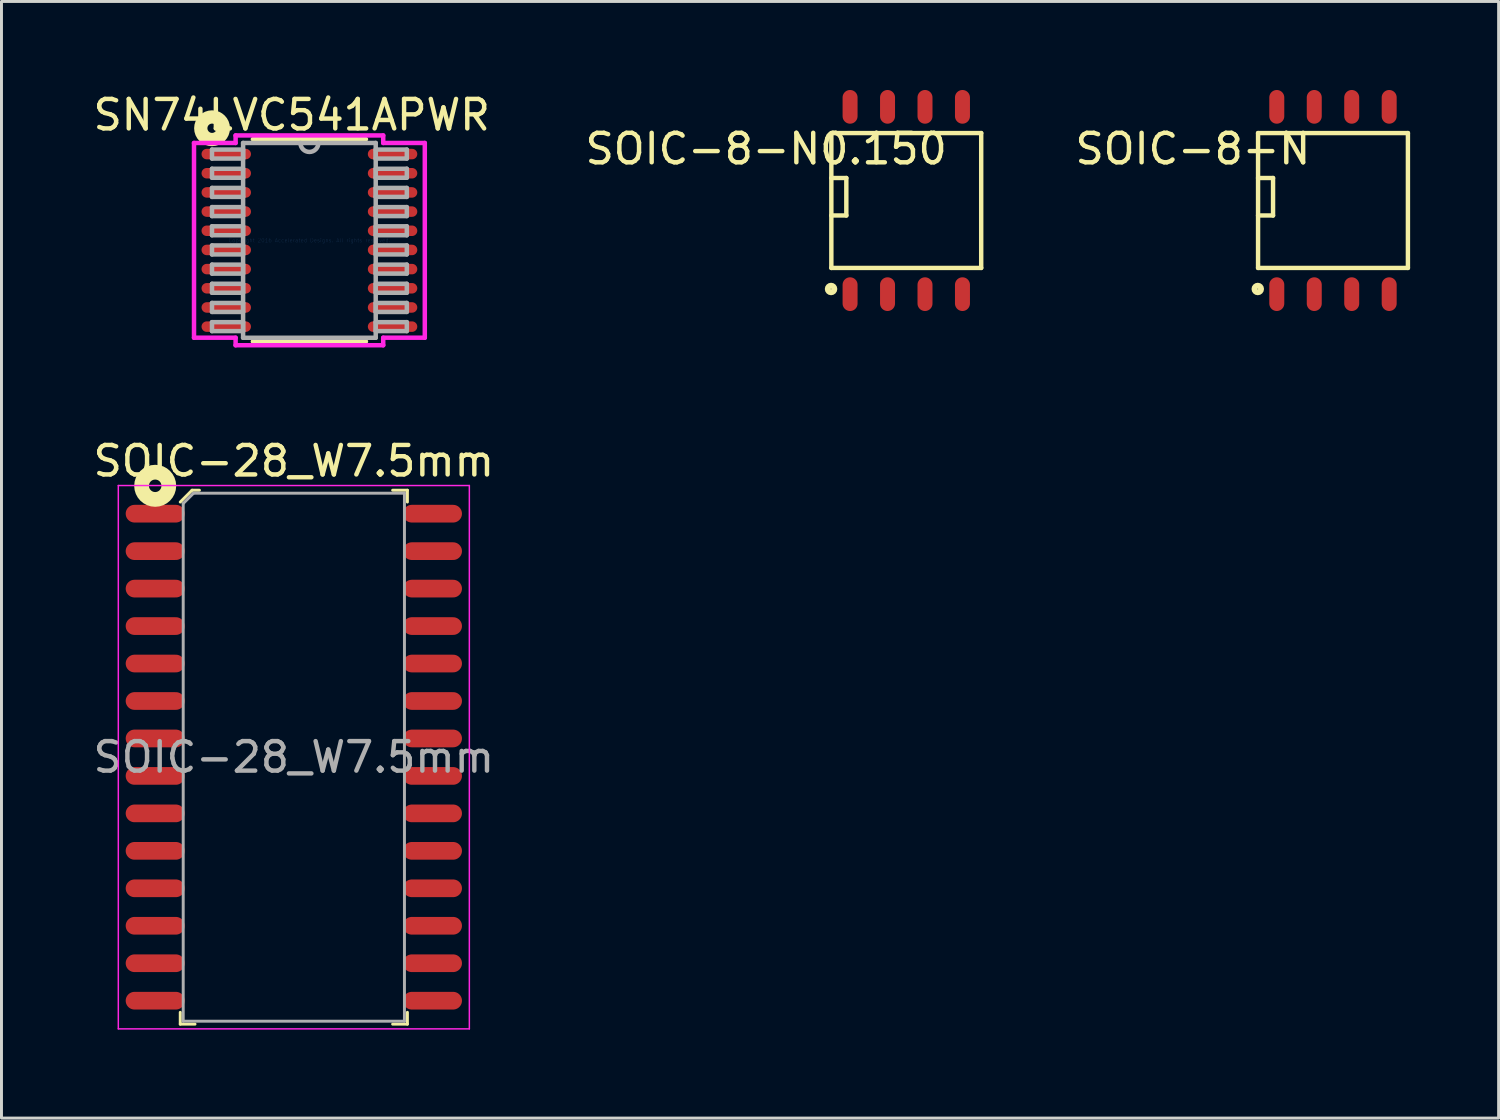
<source format=kicad_pcb>
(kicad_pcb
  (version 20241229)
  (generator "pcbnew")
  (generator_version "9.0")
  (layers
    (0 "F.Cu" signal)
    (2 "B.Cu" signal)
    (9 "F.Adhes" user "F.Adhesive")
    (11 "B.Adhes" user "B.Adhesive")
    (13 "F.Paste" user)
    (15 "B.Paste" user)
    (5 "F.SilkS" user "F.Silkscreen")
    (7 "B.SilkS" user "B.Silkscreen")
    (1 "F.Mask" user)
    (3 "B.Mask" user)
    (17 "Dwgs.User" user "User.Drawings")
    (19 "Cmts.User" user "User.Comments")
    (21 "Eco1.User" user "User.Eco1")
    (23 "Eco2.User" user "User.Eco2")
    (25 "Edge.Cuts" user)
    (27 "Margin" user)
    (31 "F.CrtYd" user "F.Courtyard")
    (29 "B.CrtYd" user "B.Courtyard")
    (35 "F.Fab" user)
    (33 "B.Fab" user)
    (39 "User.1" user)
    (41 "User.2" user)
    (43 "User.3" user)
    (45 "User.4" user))
  (footprint "SOIC-28_W7.5mm"
    (layer "F.Cu")
    (at 6.911 22.619)
    (property "Reference" "SOIC-28_W7.5mm" (at 0 -10.04 0) (layer "F.SilkS") (effects (font (size 1 1) (thickness 0.15))))
    (attr smd)
    (fp_line (start -3.85 -8.65) (end -3.45 -9.05) (stroke (width 0.1) (type solid)) (layer "F.SilkS"))
    (fp_line (start -3.85 9.05) (end -3.85 8.65) (stroke (width 0.1) (type solid)) (layer "F.SilkS"))
    (fp_line (start -3.85 9.05) (end -3.35 9.05) (stroke (width 0.1) (type solid)) (layer "F.SilkS"))
    (fp_line (start -3.45 -9.05) (end -3.2 -9.05) (stroke (width 0.1) (type solid)) (layer "F.SilkS"))
    (fp_line (start 3.85 -9.05) (end 3.35 -9.05) (stroke (width 0.1) (type solid)) (layer "F.SilkS"))
    (fp_line (start 3.85 -9.05) (end 3.85 -8.65) (stroke (width 0.1) (type solid)) (layer "F.SilkS"))
    (fp_line (start 3.85 9.05) (end 3.35 9.05) (stroke (width 0.1) (type solid)) (layer "F.SilkS"))
    (fp_line (start 3.85 9.05) (end 3.85 8.65) (stroke (width 0.1) (type solid)) (layer "F.SilkS"))
    (fp_circle (center -4.7 -9.2) (end -4.488 -9.2) (stroke (width 0.5) (type solid)) (fill no) (layer "F.SilkS"))
    (fp_line (start -5.95 9.21) (end -5.95 -9.21) (stroke (width 0.05) (type solid)) (layer "F.CrtYd"))
    (fp_line (start 5.95 -9.21) (end -5.95 -9.21) (stroke (width 0.05) (type solid)) (layer "F.CrtYd"))
    (fp_line (start 5.95 9.21) (end -5.95 9.21) (stroke (width 0.05) (type solid)) (layer "F.CrtYd"))
    (fp_line (start 5.95 9.21) (end 5.95 -9.21) (stroke (width 0.05) (type solid)) (layer "F.CrtYd"))
    (fp_line (start -3.75 -8.6) (end -3.75 8.95) (stroke (width 0.1) (type solid)) (layer "F.Fab"))
    (fp_line (start -3.75 -8.6) (end -3.4 -8.95) (stroke (width 0.1) (type solid)) (layer "F.Fab"))
    (fp_line (start -3.4 -8.95) (end 3.75 -8.95) (stroke (width 0.1) (type solid)) (layer "F.Fab"))
    (fp_line (start 3.75 -8.95) (end 3.75 8.95) (stroke (width 0.1) (type solid)) (layer "F.Fab"))
    (fp_line (start 3.75 8.95) (end -3.75 8.95) (stroke (width 0.1) (type solid)) (layer "F.Fab"))
    (fp_text user "${REFERENCE}" (at 0 0 0) (layer "F.Fab") (effects (font (size 1 1) (thickness 0.15))))
    (pad "1" smd oval (at -4.7 -8.255) (size 2 0.6) (layers "F.Cu" "F.Mask" "F.Paste"))
    (pad "2" smd oval (at -4.7 -6.985) (size 2 0.6) (layers "F.Cu" "F.Mask" "F.Paste"))
    (pad "3" smd oval (at -4.7 -5.715) (size 2 0.6) (layers "F.Cu" "F.Mask" "F.Paste"))
    (pad "4" smd oval (at -4.7 -4.445) (size 2 0.6) (layers "F.Cu" "F.Mask" "F.Paste"))
    (pad "5" smd oval (at -4.7 -3.175) (size 2 0.6) (layers "F.Cu" "F.Mask" "F.Paste"))
    (pad "6" smd oval (at -4.7 -1.905) (size 2 0.6) (layers "F.Cu" "F.Mask" "F.Paste"))
    (pad "7" smd oval (at -4.7 -0.635) (size 2 0.6) (layers "F.Cu" "F.Mask" "F.Paste"))
    (pad "8" smd oval (at -4.7 0.635) (size 2 0.6) (layers "F.Cu" "F.Mask" "F.Paste"))
    (pad "9" smd oval (at -4.7 1.905) (size 2 0.6) (layers "F.Cu" "F.Mask" "F.Paste"))
    (pad "10" smd oval (at -4.7 3.175) (size 2 0.6) (layers "F.Cu" "F.Mask" "F.Paste"))
    (pad "11" smd oval (at -4.7 4.445) (size 2 0.6) (layers "F.Cu" "F.Mask" "F.Paste"))
    (pad "12" smd oval (at -4.7 5.715) (size 2 0.6) (layers "F.Cu" "F.Mask" "F.Paste"))
    (pad "13" smd oval (at -4.7 6.985) (size 2 0.6) (layers "F.Cu" "F.Mask" "F.Paste"))
    (pad "14" smd oval (at -4.7 8.255) (size 2 0.6) (layers "F.Cu" "F.Mask" "F.Paste"))
    (pad "15" smd oval (at 4.7 8.255) (size 2 0.6) (layers "F.Cu" "F.Mask" "F.Paste"))
    (pad "16" smd oval (at 4.7 6.985) (size 2 0.6) (layers "F.Cu" "F.Mask" "F.Paste"))
    (pad "17" smd oval (at 4.7 5.715) (size 2 0.6) (layers "F.Cu" "F.Mask" "F.Paste"))
    (pad "18" smd oval (at 4.7 4.445) (size 2 0.6) (layers "F.Cu" "F.Mask" "F.Paste"))
    (pad "19" smd oval (at 4.7 3.175) (size 2 0.6) (layers "F.Cu" "F.Mask" "F.Paste"))
    (pad "20" smd oval (at 4.7 1.905) (size 2 0.6) (layers "F.Cu" "F.Mask" "F.Paste"))
    (pad "21" smd oval (at 4.7 0.635) (size 2 0.6) (layers "F.Cu" "F.Mask" "F.Paste"))
    (pad "22" smd oval (at 4.7 -0.635) (size 2 0.6) (layers "F.Cu" "F.Mask" "F.Paste"))
    (pad "23" smd oval (at 4.7 -1.905) (size 2 0.6) (layers "F.Cu" "F.Mask" "F.Paste"))
    (pad "24" smd oval (at 4.7 -3.175) (size 2 0.6) (layers "F.Cu" "F.Mask" "F.Paste"))
    (pad "25" smd oval (at 4.7 -4.445) (size 2 0.6) (layers "F.Cu" "F.Mask" "F.Paste"))
    (pad "26" smd oval (at 4.7 -5.715) (size 2 0.6) (layers "F.Cu" "F.Mask" "F.Paste"))
    (pad "27" smd oval (at 4.7 -6.985) (size 2 0.6) (layers "F.Cu" "F.Mask" "F.Paste"))
    (pad "28" smd oval (at 4.7 -8.255) (size 2 0.6) (layers "F.Cu" "F.Mask" "F.Paste")))
  (footprint "SOIC-8-N"
    (layer "F.Cu")
    (at 42.139 3.747)
    (property "Reference" "SOIC-8-N" (at -4.75 -1.75 0) (layer "F.SilkS") (effects (font (size 1 1) (thickness 0.15))))
    (attr smd)
    (fp_line (start -2.54 -2.286) (end 2.54 -2.286) (stroke (width 0.15) (type solid)) (layer "F.SilkS"))
    (fp_line (start -2.54 -0.762) (end -2.032 -0.762) (stroke (width 0.15) (type solid)) (layer "F.SilkS"))
    (fp_line (start -2.54 2.286) (end -2.54 -2.286) (stroke (width 0.15) (type solid)) (layer "F.SilkS"))
    (fp_line (start -2.032 -0.762) (end -2.032 0.508) (stroke (width 0.15) (type solid)) (layer "F.SilkS"))
    (fp_line (start -2.032 0.508) (end -2.54 0.508) (stroke (width 0.15) (type solid)) (layer "F.SilkS"))
    (fp_line (start 2.54 -2.286) (end 2.54 2.286) (stroke (width 0.15) (type solid)) (layer "F.SilkS"))
    (fp_line (start 2.54 2.286) (end -2.54 2.286) (stroke (width 0.15) (type solid)) (layer "F.SilkS"))
    (fp_circle (center -2.55 3) (end -2.45 3.05) (stroke (width 0.2) (type solid)) (fill no) (layer "F.SilkS"))
    (pad "1" smd oval (at -1.905 3.175) (size 0.508 1.143) (layers "F.Cu" "F.Mask" "F.Paste"))
    (pad "2" smd oval (at -0.635 3.175) (size 0.508 1.143) (layers "F.Cu" "F.Mask" "F.Paste"))
    (pad "3" smd oval (at 0.635 3.175) (size 0.508 1.143) (layers "F.Cu" "F.Mask" "F.Paste"))
    (pad "4" smd oval (at 1.905 3.175) (size 0.508 1.143) (layers "F.Cu" "F.Mask" "F.Paste"))
    (pad "5" smd oval (at 1.905 -3.175) (size 0.508 1.143) (layers "F.Cu" "F.Mask" "F.Paste"))
    (pad "6" smd oval (at 0.635 -3.175) (size 0.508 1.143) (layers "F.Cu" "F.Mask" "F.Paste"))
    (pad "7" smd oval (at -0.635 -3.175) (size 0.508 1.143) (layers "F.Cu" "F.Mask" "F.Paste"))
    (pad "8" smd oval (at -1.905 -3.175) (size 0.508 1.143) (layers "F.Cu" "F.Mask" "F.Paste")))
  (footprint "SN74LVC541APWR"
    (layer "F.Cu")
    (at 7.439 5.098)
    (property "Reference" "SN74LVC541APWR" (at -0.6 -4.25 0) (layer "F.SilkS") (effects (font (size 1 1) (thickness 0.15))))
    (attr through_hole)
    (fp_line (start -1.916 3.429) (end 1.916 3.429) (stroke (width 0.152) (type solid)) (layer "F.SilkS"))
    (fp_line (start 1.916 -3.429) (end -1.916 -3.429) (stroke (width 0.152) (type solid)) (layer "F.SilkS"))
    (fp_circle (center -3.3 -3.8) (end -3.142 -3.8) (stroke (width 0.45) (type solid)) (fill no) (layer "F.SilkS"))
    (fp_line (start -3.912 -3.301) (end -2.502 -3.301) (stroke (width 0.152) (type solid)) (layer "F.CrtYd"))
    (fp_line (start -3.912 3.301) (end -3.912 -3.301) (stroke (width 0.152) (type solid)) (layer "F.CrtYd"))
    (fp_line (start -2.502 -3.556) (end 2.502 -3.556) (stroke (width 0.152) (type solid)) (layer "F.CrtYd"))
    (fp_line (start -2.502 -3.301) (end -2.502 -3.556) (stroke (width 0.152) (type solid)) (layer "F.CrtYd"))
    (fp_line (start -2.502 3.301) (end -3.912 3.301) (stroke (width 0.152) (type solid)) (layer "F.CrtYd"))
    (fp_line (start -2.502 3.556) (end -2.502 3.301) (stroke (width 0.152) (type solid)) (layer "F.CrtYd"))
    (fp_line (start 2.502 -3.556) (end 2.502 -3.301) (stroke (width 0.152) (type solid)) (layer "F.CrtYd"))
    (fp_line (start 2.502 -3.301) (end 3.912 -3.301) (stroke (width 0.152) (type solid)) (layer "F.CrtYd"))
    (fp_line (start 2.502 3.301) (end 2.502 3.556) (stroke (width 0.152) (type solid)) (layer "F.CrtYd"))
    (fp_line (start 2.502 3.556) (end -2.502 3.556) (stroke (width 0.152) (type solid)) (layer "F.CrtYd"))
    (fp_line (start 3.912 -3.301) (end 3.912 3.301) (stroke (width 0.152) (type solid)) (layer "F.CrtYd"))
    (fp_line (start 3.912 3.301) (end 2.502 3.301) (stroke (width 0.152) (type solid)) (layer "F.CrtYd"))
    (fp_line (start -3.302 -3.077) (end -3.302 -2.773) (stroke (width 0.152) (type solid)) (layer "F.Fab"))
    (fp_line (start -3.302 -2.773) (end -2.248 -2.773) (stroke (width 0.152) (type solid)) (layer "F.Fab"))
    (fp_line (start -3.302 -2.427) (end -3.302 -2.123) (stroke (width 0.152) (type solid)) (layer "F.Fab"))
    (fp_line (start -3.302 -2.123) (end -2.248 -2.123) (stroke (width 0.152) (type solid)) (layer "F.Fab"))
    (fp_line (start -3.302 -1.777) (end -3.302 -1.473) (stroke (width 0.152) (type solid)) (layer "F.Fab"))
    (fp_line (start -3.302 -1.473) (end -2.248 -1.473) (stroke (width 0.152) (type solid)) (layer "F.Fab"))
    (fp_line (start -3.302 -1.127) (end -3.302 -0.823) (stroke (width 0.152) (type solid)) (layer "F.Fab"))
    (fp_line (start -3.302 -0.823) (end -2.248 -0.823) (stroke (width 0.152) (type solid)) (layer "F.Fab"))
    (fp_line (start -3.302 -0.477) (end -3.302 -0.173) (stroke (width 0.152) (type solid)) (layer "F.Fab"))
    (fp_line (start -3.302 -0.173) (end -2.248 -0.173) (stroke (width 0.152) (type solid)) (layer "F.Fab"))
    (fp_line (start -3.302 0.173) (end -3.302 0.477) (stroke (width 0.152) (type solid)) (layer "F.Fab"))
    (fp_line (start -3.302 0.477) (end -2.248 0.477) (stroke (width 0.152) (type solid)) (layer "F.Fab"))
    (fp_line (start -3.302 0.823) (end -3.302 1.127) (stroke (width 0.152) (type solid)) (layer "F.Fab"))
    (fp_line (start -3.302 1.127) (end -2.248 1.127) (stroke (width 0.152) (type solid)) (layer "F.Fab"))
    (fp_line (start -3.302 1.473) (end -3.302 1.777) (stroke (width 0.152) (type solid)) (layer "F.Fab"))
    (fp_line (start -3.302 1.777) (end -2.248 1.777) (stroke (width 0.152) (type solid)) (layer "F.Fab"))
    (fp_line (start -3.302 2.123) (end -3.302 2.427) (stroke (width 0.152) (type solid)) (layer "F.Fab"))
    (fp_line (start -3.302 2.427) (end -2.248 2.427) (stroke (width 0.152) (type solid)) (layer "F.Fab"))
    (fp_line (start -3.302 2.773) (end -3.302 3.077) (stroke (width 0.152) (type solid)) (layer "F.Fab"))
    (fp_line (start -3.302 3.077) (end -2.248 3.077) (stroke (width 0.152) (type solid)) (layer "F.Fab"))
    (fp_line (start -2.248 -3.302) (end -2.248 3.302) (stroke (width 0.152) (type solid)) (layer "F.Fab"))
    (fp_line (start -2.248 -3.077) (end -3.302 -3.077) (stroke (width 0.152) (type solid)) (layer "F.Fab"))
    (fp_line (start -2.248 -2.773) (end -2.248 -3.077) (stroke (width 0.152) (type solid)) (layer "F.Fab"))
    (fp_line (start -2.248 -2.427) (end -3.302 -2.427) (stroke (width 0.152) (type solid)) (layer "F.Fab"))
    (fp_line (start -2.248 -2.123) (end -2.248 -2.427) (stroke (width 0.152) (type solid)) (layer "F.Fab"))
    (fp_line (start -2.248 -1.777) (end -3.302 -1.777) (stroke (width 0.152) (type solid)) (layer "F.Fab"))
    (fp_line (start -2.248 -1.473) (end -2.248 -1.777) (stroke (width 0.152) (type solid)) (layer "F.Fab"))
    (fp_line (start -2.248 -1.127) (end -3.302 -1.127) (stroke (width 0.152) (type solid)) (layer "F.Fab"))
    (fp_line (start -2.248 -0.823) (end -2.248 -1.127) (stroke (width 0.152) (type solid)) (layer "F.Fab"))
    (fp_line (start -2.248 -0.477) (end -3.302 -0.477) (stroke (width 0.152) (type solid)) (layer "F.Fab"))
    (fp_line (start -2.248 -0.173) (end -2.248 -0.477) (stroke (width 0.152) (type solid)) (layer "F.Fab"))
    (fp_line (start -2.248 0.173) (end -3.302 0.173) (stroke (width 0.152) (type solid)) (layer "F.Fab"))
    (fp_line (start -2.248 0.477) (end -2.248 0.173) (stroke (width 0.152) (type solid)) (layer "F.Fab"))
    (fp_line (start -2.248 0.823) (end -3.302 0.823) (stroke (width 0.152) (type solid)) (layer "F.Fab"))
    (fp_line (start -2.248 1.127) (end -2.248 0.823) (stroke (width 0.152) (type solid)) (layer "F.Fab"))
    (fp_line (start -2.248 1.473) (end -3.302 1.473) (stroke (width 0.152) (type solid)) (layer "F.Fab"))
    (fp_line (start -2.248 1.777) (end -2.248 1.473) (stroke (width 0.152) (type solid)) (layer "F.Fab"))
    (fp_line (start -2.248 2.123) (end -3.302 2.123) (stroke (width 0.152) (type solid)) (layer "F.Fab"))
    (fp_line (start -2.248 2.427) (end -2.248 2.123) (stroke (width 0.152) (type solid)) (layer "F.Fab"))
    (fp_line (start -2.248 2.773) (end -3.302 2.773) (stroke (width 0.152) (type solid)) (layer "F.Fab"))
    (fp_line (start -2.248 3.077) (end -2.248 2.773) (stroke (width 0.152) (type solid)) (layer "F.Fab"))
    (fp_line (start -2.248 3.302) (end 2.248 3.302) (stroke (width 0.152) (type solid)) (layer "F.Fab"))
    (fp_line (start 2.248 -3.302) (end -2.248 -3.302) (stroke (width 0.152) (type solid)) (layer "F.Fab"))
    (fp_line (start 2.248 -3.077) (end 2.248 -2.773) (stroke (width 0.152) (type solid)) (layer "F.Fab"))
    (fp_line (start 2.248 -2.773) (end 3.302 -2.773) (stroke (width 0.152) (type solid)) (layer "F.Fab"))
    (fp_line (start 2.248 -2.427) (end 2.248 -2.123) (stroke (width 0.152) (type solid)) (layer "F.Fab"))
    (fp_line (start 2.248 -2.123) (end 3.302 -2.123) (stroke (width 0.152) (type solid)) (layer "F.Fab"))
    (fp_line (start 2.248 -1.777) (end 2.248 -1.473) (stroke (width 0.152) (type solid)) (layer "F.Fab"))
    (fp_line (start 2.248 -1.473) (end 3.302 -1.473) (stroke (width 0.152) (type solid)) (layer "F.Fab"))
    (fp_line (start 2.248 -1.127) (end 2.248 -0.823) (stroke (width 0.152) (type solid)) (layer "F.Fab"))
    (fp_line (start 2.248 -0.823) (end 3.302 -0.823) (stroke (width 0.152) (type solid)) (layer "F.Fab"))
    (fp_line (start 2.248 -0.477) (end 2.248 -0.173) (stroke (width 0.152) (type solid)) (layer "F.Fab"))
    (fp_line (start 2.248 -0.173) (end 3.302 -0.173) (stroke (width 0.152) (type solid)) (layer "F.Fab"))
    (fp_line (start 2.248 0.173) (end 2.248 0.477) (stroke (width 0.152) (type solid)) (layer "F.Fab"))
    (fp_line (start 2.248 0.477) (end 3.302 0.477) (stroke (width 0.152) (type solid)) (layer "F.Fab"))
    (fp_line (start 2.248 0.823) (end 2.248 1.127) (stroke (width 0.152) (type solid)) (layer "F.Fab"))
    (fp_line (start 2.248 1.127) (end 3.302 1.127) (stroke (width 0.152) (type solid)) (layer "F.Fab"))
    (fp_line (start 2.248 1.473) (end 2.248 1.777) (stroke (width 0.152) (type solid)) (layer "F.Fab"))
    (fp_line (start 2.248 1.777) (end 3.302 1.777) (stroke (width 0.152) (type solid)) (layer "F.Fab"))
    (fp_line (start 2.248 2.123) (end 2.248 2.427) (stroke (width 0.152) (type solid)) (layer "F.Fab"))
    (fp_line (start 2.248 2.427) (end 3.302 2.427) (stroke (width 0.152) (type solid)) (layer "F.Fab"))
    (fp_line (start 2.248 2.773) (end 2.248 3.077) (stroke (width 0.152) (type solid)) (layer "F.Fab"))
    (fp_line (start 2.248 3.077) (end 3.302 3.077) (stroke (width 0.152) (type solid)) (layer "F.Fab"))
    (fp_line (start 2.248 3.302) (end 2.248 -3.302) (stroke (width 0.152) (type solid)) (layer "F.Fab"))
    (fp_line (start 3.302 -3.077) (end 2.248 -3.077) (stroke (width 0.152) (type solid)) (layer "F.Fab"))
    (fp_line (start 3.302 -2.773) (end 3.302 -3.077) (stroke (width 0.152) (type solid)) (layer "F.Fab"))
    (fp_line (start 3.302 -2.427) (end 2.248 -2.427) (stroke (width 0.152) (type solid)) (layer "F.Fab"))
    (fp_line (start 3.302 -2.123) (end 3.302 -2.427) (stroke (width 0.152) (type solid)) (layer "F.Fab"))
    (fp_line (start 3.302 -1.777) (end 2.248 -1.777) (stroke (width 0.152) (type solid)) (layer "F.Fab"))
    (fp_line (start 3.302 -1.473) (end 3.302 -1.777) (stroke (width 0.152) (type solid)) (layer "F.Fab"))
    (fp_line (start 3.302 -1.127) (end 2.248 -1.127) (stroke (width 0.152) (type solid)) (layer "F.Fab"))
    (fp_line (start 3.302 -0.823) (end 3.302 -1.127) (stroke (width 0.152) (type solid)) (layer "F.Fab"))
    (fp_line (start 3.302 -0.477) (end 2.248 -0.477) (stroke (width 0.152) (type solid)) (layer "F.Fab"))
    (fp_line (start 3.302 -0.173) (end 3.302 -0.477) (stroke (width 0.152) (type solid)) (layer "F.Fab"))
    (fp_line (start 3.302 0.173) (end 2.248 0.173) (stroke (width 0.152) (type solid)) (layer "F.Fab"))
    (fp_line (start 3.302 0.477) (end 3.302 0.173) (stroke (width 0.152) (type solid)) (layer "F.Fab"))
    (fp_line (start 3.302 0.823) (end 2.248 0.823) (stroke (width 0.152) (type solid)) (layer "F.Fab"))
    (fp_line (start 3.302 1.127) (end 3.302 0.823) (stroke (width 0.152) (type solid)) (layer "F.Fab"))
    (fp_line (start 3.302 1.473) (end 2.248 1.473) (stroke (width 0.152) (type solid)) (layer "F.Fab"))
    (fp_line (start 3.302 1.777) (end 3.302 1.473) (stroke (width 0.152) (type solid)) (layer "F.Fab"))
    (fp_line (start 3.302 2.123) (end 2.248 2.123) (stroke (width 0.152) (type solid)) (layer "F.Fab"))
    (fp_line (start 3.302 2.427) (end 3.302 2.123) (stroke (width 0.152) (type solid)) (layer "F.Fab"))
    (fp_line (start 3.302 2.773) (end 2.248 2.773) (stroke (width 0.152) (type solid)) (layer "F.Fab"))
    (fp_line (start 3.302 3.077) (end 3.302 2.773) (stroke (width 0.152) (type solid)) (layer "F.Fab"))
    (fp_arc (start 0.3048 -3.302) (mid 0 -2.9972) (end -0.3048 -3.302) (stroke (width 0.1524) (type solid)) (layer "F.Fab"))
    (fp_text user "Copyright 2016 Accelerated Designs. All rights reserved." (at 0 0 0) (layer "Cmts.User") (effects (font (size 0.127 0.127) (thickness 0.002))))
    (pad "1" smd oval (at -2.819 -2.925) (size 1.676 0.356) (layers "F.Cu" "F.Mask" "F.Paste"))
    (pad "2" smd oval (at -2.819 -2.275) (size 1.676 0.356) (layers "F.Cu" "F.Mask" "F.Paste"))
    (pad "3" smd oval (at -2.819 -1.625) (size 1.676 0.356) (layers "F.Cu" "F.Mask" "F.Paste"))
    (pad "4" smd oval (at -2.819 -0.975) (size 1.676 0.356) (layers "F.Cu" "F.Mask" "F.Paste"))
    (pad "5" smd oval (at -2.819 -0.325) (size 1.676 0.356) (layers "F.Cu" "F.Mask" "F.Paste"))
    (pad "6" smd oval (at -2.819 0.325) (size 1.676 0.356) (layers "F.Cu" "F.Mask" "F.Paste"))
    (pad "7" smd oval (at -2.819 0.975) (size 1.676 0.356) (layers "F.Cu" "F.Mask" "F.Paste"))
    (pad "8" smd oval (at -2.819 1.625) (size 1.676 0.356) (layers "F.Cu" "F.Mask" "F.Paste"))
    (pad "9" smd oval (at -2.819 2.275) (size 1.676 0.356) (layers "F.Cu" "F.Mask" "F.Paste"))
    (pad "10" smd oval (at -2.819 2.925) (size 1.676 0.356) (layers "F.Cu" "F.Mask" "F.Paste"))
    (pad "11" smd oval (at 2.819 2.925) (size 1.676 0.356) (layers "F.Cu" "F.Mask" "F.Paste"))
    (pad "12" smd oval (at 2.819 2.275) (size 1.676 0.356) (layers "F.Cu" "F.Mask" "F.Paste"))
    (pad "13" smd oval (at 2.819 1.625) (size 1.676 0.356) (layers "F.Cu" "F.Mask" "F.Paste"))
    (pad "14" smd oval (at 2.819 0.975) (size 1.676 0.356) (layers "F.Cu" "F.Mask" "F.Paste"))
    (pad "15" smd oval (at 2.819 0.325) (size 1.676 0.356) (layers "F.Cu" "F.Mask" "F.Paste"))
    (pad "16" smd oval (at 2.819 -0.325) (size 1.676 0.356) (layers "F.Cu" "F.Mask" "F.Paste"))
    (pad "17" smd oval (at 2.819 -0.975) (size 1.676 0.356) (layers "F.Cu" "F.Mask" "F.Paste"))
    (pad "18" smd oval (at 2.819 -1.625) (size 1.676 0.356) (layers "F.Cu" "F.Mask" "F.Paste"))
    (pad "19" smd oval (at 2.819 -2.275) (size 1.676 0.356) (layers "F.Cu" "F.Mask" "F.Paste"))
    (pad "20" smd oval (at 2.819 -2.925) (size 1.676 0.356) (layers "F.Cu" "F.Mask" "F.Paste")))
  (footprint "SOIC-8-N0.150"
    (layer "F.Cu")
    (at 27.673 3.747)
    (property "Reference" "SOIC-8-N0.150" (at -4.75 -1.75 0) (layer "F.SilkS") (effects (font (size 1 1) (thickness 0.15))))
    (attr smd)
    (fp_line (start -2.54 -2.286) (end 2.54 -2.286) (stroke (width 0.15) (type solid)) (layer "F.SilkS"))
    (fp_line (start -2.54 -0.762) (end -2.032 -0.762) (stroke (width 0.15) (type solid)) (layer "F.SilkS"))
    (fp_line (start -2.54 2.286) (end -2.54 -2.286) (stroke (width 0.15) (type solid)) (layer "F.SilkS"))
    (fp_line (start -2.032 -0.762) (end -2.032 0.508) (stroke (width 0.15) (type solid)) (layer "F.SilkS"))
    (fp_line (start -2.032 0.508) (end -2.54 0.508) (stroke (width 0.15) (type solid)) (layer "F.SilkS"))
    (fp_line (start 2.54 -2.286) (end 2.54 2.286) (stroke (width 0.15) (type solid)) (layer "F.SilkS"))
    (fp_line (start 2.54 2.286) (end -2.54 2.286) (stroke (width 0.15) (type solid)) (layer "F.SilkS"))
    (fp_circle (center -2.55 3) (end -2.45 3.05) (stroke (width 0.2) (type solid)) (fill no) (layer "F.SilkS"))
    (pad "1" smd oval (at -1.905 3.175) (size 0.508 1.143) (layers "F.Cu" "F.Mask" "F.Paste"))
    (pad "2" smd oval (at -0.635 3.175) (size 0.508 1.143) (layers "F.Cu" "F.Mask" "F.Paste"))
    (pad "3" smd oval (at 0.635 3.175) (size 0.508 1.143) (layers "F.Cu" "F.Mask" "F.Paste"))
    (pad "4" smd oval (at 1.905 3.175) (size 0.508 1.143) (layers "F.Cu" "F.Mask" "F.Paste"))
    (pad "5" smd oval (at 1.905 -3.175) (size 0.508 1.143) (layers "F.Cu" "F.Mask" "F.Paste"))
    (pad "6" smd oval (at 0.635 -3.175) (size 0.508 1.143) (layers "F.Cu" "F.Mask" "F.Paste"))
    (pad "7" smd oval (at -0.635 -3.175) (size 0.508 1.143) (layers "F.Cu" "F.Mask" "F.Paste"))
    (pad "8" smd oval (at -1.905 -3.175) (size 0.508 1.143) (layers "F.Cu" "F.Mask" "F.Paste")))
  (gr_rect
    (start -3 -3)
    (end 47.754 34.854)
    (stroke (width 0.1) (type default))
    (fill no)
    (layer "Edge.Cuts")))
</source>
